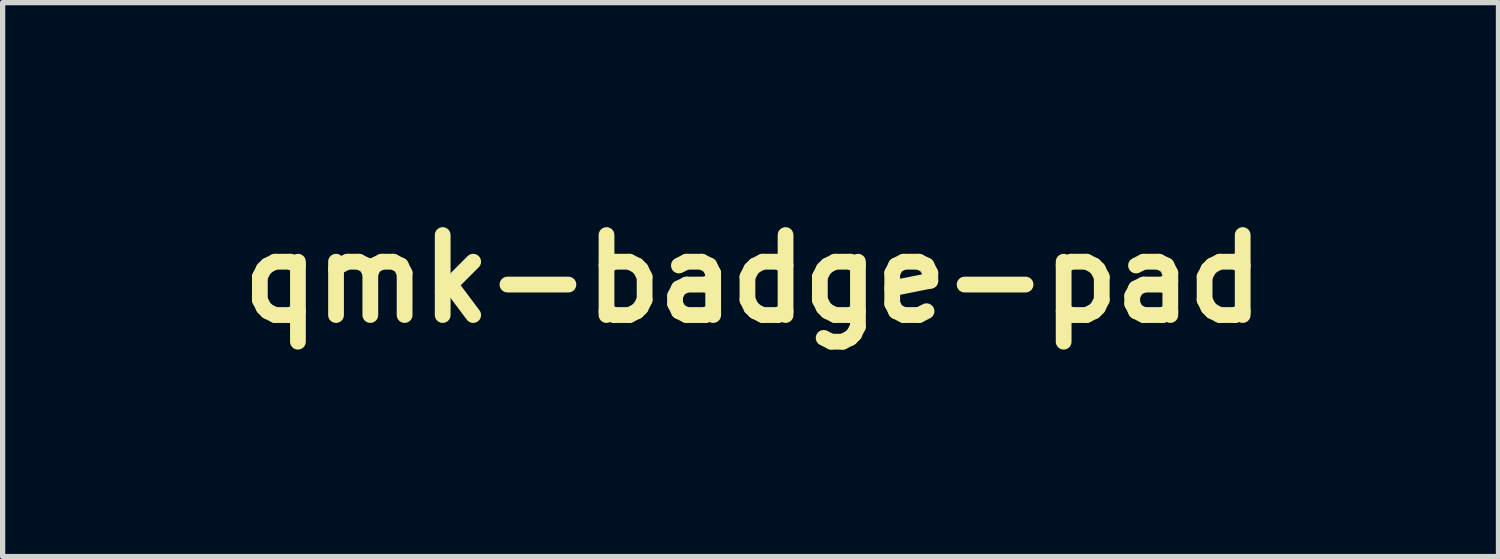
<source format=kicad_pcb>
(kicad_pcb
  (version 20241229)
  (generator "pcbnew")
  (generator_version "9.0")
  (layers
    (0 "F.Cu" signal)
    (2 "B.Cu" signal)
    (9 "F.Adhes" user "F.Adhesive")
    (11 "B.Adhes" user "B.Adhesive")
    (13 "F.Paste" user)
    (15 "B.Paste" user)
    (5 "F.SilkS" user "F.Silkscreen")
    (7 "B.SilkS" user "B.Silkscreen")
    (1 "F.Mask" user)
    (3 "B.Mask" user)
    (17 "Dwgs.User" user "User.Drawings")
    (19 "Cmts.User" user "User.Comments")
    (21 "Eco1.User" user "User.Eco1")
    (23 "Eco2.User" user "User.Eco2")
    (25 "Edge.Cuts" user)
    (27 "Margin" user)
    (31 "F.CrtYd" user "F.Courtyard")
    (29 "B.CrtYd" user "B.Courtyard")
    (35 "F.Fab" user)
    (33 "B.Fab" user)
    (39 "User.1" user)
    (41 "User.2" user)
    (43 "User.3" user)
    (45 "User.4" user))
  (footprint "qmk-badge-pad"
    (layer "F.Cu")
    (at 11.298 2.262)
    (property "Reference" "qmk-badge-pad" (at 0 0 0) (layer "F.SilkS") (effects (font (size 1.524 1.524) (thickness 0.3))))
    (attr smd)
    (fp_poly (pts (xy 2.187 0.042) (xy 2.234 0.056) (xy 2.243 0.063) (xy 2.261 0.103) (xy 2.266 0.162) (xy 2.257 0.221) (xy 2.236 0.262) (xy 2.19 0.285) (xy 2.127 0.292) (xy 2.065 0.284) (xy 2.024 0.262) (xy 2.002 0.222) (xy 1.993 0.167) (xy 1.993 0.166) (xy 2.002 0.111) (xy 2.023 0.07) (xy 2.024 0.07) (xy 2.064 0.05) (xy 2.124 0.04) (xy 2.187 0.042)) (stroke (width 0.01) (type solid)) (fill yes) (layer "F.Mask"))
    (fp_poly (pts (xy 2.135 0.551) (xy 2.237 0.557) (xy 2.242 1.191) (xy 2.243 1.373) (xy 2.244 1.521) (xy 2.243 1.635) (xy 2.24 1.721) (xy 2.237 1.781) (xy 2.232 1.819) (xy 2.225 1.837) (xy 2.223 1.84) (xy 2.187 1.851) (xy 2.134 1.855) (xy 2.082 1.854) (xy 2.048 1.845) (xy 2.045 1.843) (xy 2.042 1.821) (xy 2.039 1.765) (xy 2.037 1.679) (xy 2.035 1.568) (xy 2.033 1.436) (xy 2.032 1.289) (xy 2.032 1.188) (xy 2.032 0.545) (xy 2.135 0.551)) (stroke (width 0.01) (type solid)) (fill yes) (layer "F.Mask"))
    (fp_poly (pts (xy -0.361 -1.644) (xy -0.319 -1.625) (xy -0.3 -1.59) (xy -0.297 -1.564) (xy -0.298 -1.505) (xy -0.32 -1.478) (xy -0.366 -1.478) (xy -0.383 -1.483) (xy -0.463 -1.487) (xy -0.539 -1.452) (xy -0.61 -1.379) (xy -0.623 -1.361) (xy -0.684 -1.273) (xy -0.684 -0.645) (xy -0.841 -0.645) (xy -0.836 -1.138) (xy -0.83 -1.631) (xy -0.762 -1.631) (xy -0.717 -1.628) (xy -0.695 -1.611) (xy -0.685 -1.568) (xy -0.684 -1.558) (xy -0.674 -1.484) (xy -0.62 -1.552) (xy -0.549 -1.614) (xy -0.463 -1.647) (xy -0.374 -1.647) (xy -0.361 -1.644)) (stroke (width 0.01) (type solid)) (fill yes) (layer "F.Mask"))
    (fp_poly (pts (xy 3.292 0.532) (xy 3.343 0.549) (xy 3.37 0.585) (xy 3.38 0.644) (xy 3.38 0.667) (xy 3.38 0.766) (xy 3.307 0.751) (xy 3.212 0.738) (xy 3.137 0.746) (xy 3.071 0.781) (xy 3.006 0.845) (xy 2.97 0.889) (xy 2.892 0.99) (xy 2.892 1.411) (xy 2.892 1.554) (xy 2.891 1.663) (xy 2.888 1.742) (xy 2.881 1.795) (xy 2.869 1.829) (xy 2.852 1.847) (xy 2.826 1.855) (xy 2.792 1.856) (xy 2.766 1.856) (xy 2.719 1.852) (xy 2.69 1.844) (xy 2.69 1.843) (xy 2.687 1.821) (xy 2.684 1.765) (xy 2.681 1.679) (xy 2.679 1.568) (xy 2.678 1.436) (xy 2.677 1.289) (xy 2.677 1.188) (xy 2.677 0.545) (xy 2.77 0.551) (xy 2.862 0.557) (xy 2.872 0.655) (xy 2.882 0.752) (xy 2.92 0.696) (xy 2.998 0.61) (xy 3.091 0.552) (xy 3.192 0.528) (xy 3.209 0.528) (xy 3.292 0.532)) (stroke (width 0.01) (type solid)) (fill yes) (layer "F.Mask"))
    (fp_poly (pts (xy 9.862 0.54) (xy 9.888 0.551) (xy 9.901 0.576) (xy 9.906 0.623) (xy 9.906 0.657) (xy 9.904 0.721) (xy 9.891 0.754) (xy 9.86 0.76) (xy 9.801 0.746) (xy 9.792 0.743) (xy 9.708 0.739) (xy 9.623 0.773) (xy 9.537 0.846) (xy 9.469 0.928) (xy 9.456 0.95) (xy 9.445 0.974) (xy 9.437 1.008) (xy 9.431 1.056) (xy 9.426 1.123) (xy 9.423 1.216) (xy 9.419 1.339) (xy 9.418 1.417) (xy 9.408 1.846) (xy 9.319 1.852) (xy 9.263 1.853) (xy 9.224 1.848) (xy 9.217 1.844) (xy 9.213 1.822) (xy 9.21 1.765) (xy 9.207 1.679) (xy 9.205 1.568) (xy 9.204 1.436) (xy 9.203 1.289) (xy 9.203 1.188) (xy 9.203 0.545) (xy 9.295 0.551) (xy 9.388 0.557) (xy 9.398 0.654) (xy 9.408 0.75) (xy 9.46 0.688) (xy 9.557 0.596) (xy 9.662 0.542) (xy 9.774 0.527) (xy 9.862 0.54)) (stroke (width 0.01) (type solid)) (fill yes) (layer "F.Mask"))
    (fp_poly (pts (xy 1.243 0.083) (xy 1.671 0.088) (xy 1.671 0.264) (xy 1.333 0.269) (xy 0.996 0.274) (xy 0.996 0.878) (xy 1.314 0.884) (xy 1.631 0.889) (xy 1.631 1.065) (xy 1.314 1.07) (xy 0.996 1.076) (xy 0.996 1.442) (xy 0.996 1.588) (xy 0.993 1.698) (xy 0.987 1.773) (xy 0.98 1.818) (xy 0.973 1.833) (xy 0.941 1.847) (xy 0.888 1.855) (xy 0.831 1.856) (xy 0.787 1.85) (xy 0.775 1.843) (xy 0.772 1.821) (xy 0.77 1.765) (xy 0.767 1.677) (xy 0.766 1.562) (xy 0.764 1.425) (xy 0.763 1.268) (xy 0.762 1.097) (xy 0.762 0.976) (xy 0.762 0.765) (xy 0.763 0.59) (xy 0.764 0.447) (xy 0.766 0.334) (xy 0.768 0.248) (xy 0.772 0.184) (xy 0.776 0.141) (xy 0.781 0.114) (xy 0.788 0.101) (xy 0.789 0.1) (xy 0.815 0.092) (xy 0.871 0.086) (xy 0.96 0.083) (xy 1.084 0.082) (xy 1.243 0.083)) (stroke (width 0.01) (type solid)) (fill yes) (layer "F.Mask"))
    (fp_poly (pts (xy -5.346 -1.991) (xy -5.28 -1.989) (xy -5.167 -1.983) (xy -5.083 -1.972) (xy -5.017 -1.955) (xy -4.979 -1.94) (xy -4.887 -1.879) (xy -4.822 -1.798) (xy -4.783 -1.701) (xy -4.771 -1.596) (xy -4.784 -1.49) (xy -4.823 -1.389) (xy -4.887 -1.3) (xy -4.975 -1.228) (xy -5.028 -1.202) (xy -5.084 -1.185) (xy -5.164 -1.17) (xy -5.251 -1.16) (xy -5.268 -1.159) (xy -5.432 -1.147) (xy -5.432 -0.645) (xy -5.588 -0.645) (xy -5.588 -1.305) (xy -5.433 -1.305) (xy -5.265 -1.312) (xy -5.183 -1.316) (xy -5.129 -1.322) (xy -5.093 -1.335) (xy -5.063 -1.357) (xy -5.03 -1.392) (xy -4.992 -1.437) (xy -4.972 -1.477) (xy -4.964 -1.529) (xy -4.963 -1.584) (xy -4.965 -1.654) (xy -4.974 -1.699) (xy -4.997 -1.736) (xy -5.027 -1.768) (xy -5.07 -1.805) (xy -5.114 -1.828) (xy -5.175 -1.841) (xy -5.22 -1.846) (xy -5.298 -1.855) (xy -5.352 -1.857) (xy -5.388 -1.848) (xy -5.41 -1.822) (xy -5.42 -1.774) (xy -5.425 -1.698) (xy -5.427 -1.588) (xy -5.427 -1.575) (xy -5.433 -1.305) (xy -5.588 -1.305) (xy -5.588 -1.973) (xy -5.539 -1.985) (xy -5.499 -1.989) (xy -5.432 -1.991) (xy -5.346 -1.991)) (stroke (width 0.01) (type solid)) (fill yes) (layer "F.Mask"))
    (fp_poly (pts (xy -4.004 -1.632) (xy -3.888 -1.59) (xy -3.799 -1.518) (xy -3.735 -1.417) (xy -3.698 -1.288) (xy -3.686 -1.129) (xy -3.686 -1.129) (xy -3.703 -0.98) (xy -3.748 -0.854) (xy -3.821 -0.753) (xy -3.92 -0.679) (xy -4.007 -0.644) (xy -4.104 -0.629) (xy -4.215 -0.629) (xy -4.317 -0.645) (xy -4.344 -0.654) (xy -4.448 -0.71) (xy -4.527 -0.796) (xy -4.579 -0.91) (xy -4.606 -1.053) (xy -4.607 -1.068) (xy -4.606 -1.129) (xy -4.435 -1.129) (xy -4.426 -1.008) (xy -4.398 -0.915) (xy -4.348 -0.845) (xy -4.3 -0.806) (xy -4.211 -0.769) (xy -4.115 -0.765) (xy -4.023 -0.795) (xy -4.004 -0.806) (xy -3.936 -0.864) (xy -3.892 -0.932) (xy -3.869 -1.021) (xy -3.862 -1.137) (xy -3.862 -1.142) (xy -3.872 -1.275) (xy -3.902 -1.376) (xy -3.953 -1.446) (xy -4.027 -1.488) (xy -4.126 -1.504) (xy -4.143 -1.504) (xy -4.249 -1.49) (xy -4.331 -1.447) (xy -4.389 -1.373) (xy -4.423 -1.269) (xy -4.435 -1.133) (xy -4.435 -1.129) (xy -4.606 -1.129) (xy -4.604 -1.231) (xy -4.573 -1.369) (xy -4.515 -1.48) (xy -4.43 -1.564) (xy -4.321 -1.619) (xy -4.187 -1.644) (xy -4.146 -1.646) (xy -4.004 -1.632)) (stroke (width 0.01) (type solid)) (fill yes) (layer "F.Mask"))
    (fp_poly (pts (xy 2.643 -2.087) (xy 2.726 -2.081) (xy 2.731 -1.792) (xy 2.736 -1.503) (xy 2.809 -1.561) (xy 2.916 -1.624) (xy 3.028 -1.649) (xy 3.121 -1.64) (xy 3.209 -1.613) (xy 3.273 -1.571) (xy 3.325 -1.505) (xy 3.355 -1.449) (xy 3.382 -1.39) (xy 3.398 -1.338) (xy 3.406 -1.278) (xy 3.409 -1.197) (xy 3.409 -1.153) (xy 3.406 -1.056) (xy 3.398 -0.968) (xy 3.386 -0.904) (xy 3.383 -0.892) (xy 3.34 -0.808) (xy 3.277 -0.729) (xy 3.205 -0.67) (xy 3.171 -0.652) (xy 3.092 -0.632) (xy 3 -0.628) (xy 2.915 -0.64) (xy 2.892 -0.647) (xy 2.844 -0.672) (xy 2.789 -0.708) (xy 2.781 -0.714) (xy 2.733 -0.749) (xy 2.708 -0.758) (xy 2.698 -0.74) (xy 2.696 -0.703) (xy 2.692 -0.664) (xy 2.673 -0.648) (xy 2.628 -0.645) (xy 2.56 -0.645) (xy 2.56 -1.34) (xy 2.735 -1.34) (xy 2.735 -0.922) (xy 2.799 -0.868) (xy 2.896 -0.802) (xy 2.986 -0.772) (xy 3.067 -0.778) (xy 3.133 -0.816) (xy 3.187 -0.886) (xy 3.223 -0.98) (xy 3.241 -1.086) (xy 3.241 -1.197) (xy 3.224 -1.303) (xy 3.19 -1.394) (xy 3.138 -1.462) (xy 3.124 -1.473) (xy 3.059 -1.498) (xy 2.981 -1.503) (xy 2.909 -1.484) (xy 2.905 -1.483) (xy 2.864 -1.455) (xy 2.814 -1.414) (xy 2.799 -1.401) (xy 2.735 -1.34) (xy 2.56 -1.34) (xy 2.56 -2.093) (xy 2.643 -2.087)) (stroke (width 0.01) (type solid)) (fill yes) (layer "F.Mask"))
    (fp_poly (pts (xy 4.409 -1.63) (xy 4.428 -1.611) (xy 4.424 -1.588) (xy 4.408 -1.534) (xy 4.383 -1.452) (xy 4.349 -1.35) (xy 4.31 -1.232) (xy 4.265 -1.102) (xy 4.219 -0.967) (xy 4.171 -0.831) (xy 4.125 -0.7) (xy 4.081 -0.579) (xy 4.042 -0.472) (xy 4.009 -0.385) (xy 3.985 -0.324) (xy 3.97 -0.292) (xy 3.969 -0.29) (xy 3.934 -0.274) (xy 3.882 -0.264) (xy 3.832 -0.265) (xy 3.812 -0.272) (xy 3.801 -0.286) (xy 3.802 -0.314) (xy 3.816 -0.361) (xy 3.844 -0.436) (xy 3.854 -0.461) (xy 3.89 -0.559) (xy 3.907 -0.625) (xy 3.906 -0.661) (xy 3.905 -0.663) (xy 3.888 -0.7) (xy 3.861 -0.765) (xy 3.828 -0.851) (xy 3.789 -0.954) (xy 3.748 -1.066) (xy 3.706 -1.182) (xy 3.666 -1.296) (xy 3.63 -1.401) (xy 3.6 -1.491) (xy 3.578 -1.561) (xy 3.566 -1.605) (xy 3.565 -1.616) (xy 3.591 -1.635) (xy 3.649 -1.638) (xy 3.722 -1.631) (xy 3.859 -1.246) (xy 3.9 -1.131) (xy 3.938 -1.03) (xy 3.969 -0.948) (xy 3.993 -0.89) (xy 4.006 -0.862) (xy 4.008 -0.86) (xy 4.017 -0.878) (xy 4.037 -0.927) (xy 4.065 -1.002) (xy 4.099 -1.097) (xy 4.136 -1.207) (xy 4.142 -1.226) (xy 4.181 -1.34) (xy 4.217 -1.442) (xy 4.247 -1.526) (xy 4.27 -1.586) (xy 4.283 -1.616) (xy 4.284 -1.617) (xy 4.318 -1.636) (xy 4.366 -1.64) (xy 4.409 -1.63)) (stroke (width 0.01) (type solid)) (fill yes) (layer "F.Mask"))
    (fp_poly (pts (xy 1.739 -0.645) (xy 1.672 -0.645) (xy 1.627 -0.648) (xy 1.607 -0.666) (xy 1.599 -0.709) (xy 1.598 -0.716) (xy 1.592 -0.788) (xy 1.534 -0.738) (xy 1.422 -0.664) (xy 1.31 -0.628) (xy 1.198 -0.632) (xy 1.092 -0.671) (xy 1.032 -0.71) (xy 0.986 -0.764) (xy 0.949 -0.827) (xy 0.92 -0.888) (xy 0.903 -0.943) (xy 0.895 -1.005) (xy 0.892 -1.089) (xy 0.892 -1.109) (xy 0.894 -1.139) (xy 1.062 -1.139) (xy 1.067 -1.05) (xy 1.092 -0.938) (xy 1.138 -0.851) (xy 1.2 -0.793) (xy 1.275 -0.767) (xy 1.36 -0.775) (xy 1.375 -0.781) (xy 1.418 -0.805) (xy 1.473 -0.845) (xy 1.503 -0.871) (xy 1.583 -0.942) (xy 1.583 -1.124) (xy 1.581 -1.208) (xy 1.578 -1.279) (xy 1.573 -1.326) (xy 1.57 -1.338) (xy 1.549 -1.367) (xy 1.506 -1.408) (xy 1.47 -1.437) (xy 1.38 -1.488) (xy 1.296 -1.503) (xy 1.22 -1.484) (xy 1.155 -1.436) (xy 1.105 -1.36) (xy 1.073 -1.26) (xy 1.062 -1.139) (xy 0.894 -1.139) (xy 0.903 -1.272) (xy 0.937 -1.406) (xy 0.997 -1.512) (xy 1.081 -1.592) (xy 1.13 -1.621) (xy 1.208 -1.644) (xy 1.3 -1.645) (xy 1.393 -1.628) (xy 1.474 -1.595) (xy 1.523 -1.555) (xy 1.551 -1.529) (xy 1.565 -1.524) (xy 1.572 -1.542) (xy 1.577 -1.593) (xy 1.58 -1.669) (xy 1.582 -1.763) (xy 1.583 -1.807) (xy 1.583 -2.091) (xy 1.739 -2.091) (xy 1.739 -0.645)) (stroke (width 0.01) (type solid)) (fill yes) (layer "F.Mask"))
    (fp_poly (pts (xy 0.36 -1.64) (xy 0.471 -1.603) (xy 0.558 -1.54) (xy 0.62 -1.448) (xy 0.661 -1.324) (xy 0.666 -1.298) (xy 0.678 -1.235) (xy 0.682 -1.188) (xy 0.675 -1.155) (xy 0.651 -1.134) (xy 0.606 -1.121) (xy 0.535 -1.114) (xy 0.433 -1.111) (xy 0.326 -1.109) (xy -0.01 -1.104) (xy -0.003 -1.026) (xy 0.022 -0.923) (xy 0.075 -0.845) (xy 0.155 -0.791) (xy 0.256 -0.764) (xy 0.375 -0.765) (xy 0.506 -0.795) (xy 0.583 -0.813) (xy 0.628 -0.808) (xy 0.643 -0.78) (xy 0.629 -0.734) (xy 0.592 -0.694) (xy 0.525 -0.663) (xy 0.437 -0.64) (xy 0.337 -0.628) (xy 0.235 -0.628) (xy 0.138 -0.641) (xy 0.088 -0.655) (xy 0.007 -0.699) (xy -0.068 -0.768) (xy -0.128 -0.849) (xy -0.155 -0.911) (xy -0.165 -0.968) (xy -0.172 -1.048) (xy -0.176 -1.134) (xy -0.176 -1.144) (xy -0.174 -1.231) (xy -0.015 -1.231) (xy 0.246 -1.231) (xy 0.359 -1.232) (xy 0.437 -1.235) (xy 0.484 -1.241) (xy 0.506 -1.25) (xy 0.508 -1.255) (xy 0.496 -1.325) (xy 0.467 -1.399) (xy 0.428 -1.457) (xy 0.422 -1.464) (xy 0.357 -1.502) (xy 0.274 -1.52) (xy 0.191 -1.515) (xy 0.156 -1.504) (xy 0.087 -1.457) (xy 0.032 -1.382) (xy -0.000337 -1.298) (xy -0.015 -1.231) (xy -0.174 -1.231) (xy -0.174 -1.233) (xy -0.165 -1.298) (xy -0.146 -1.356) (xy -0.122 -1.407) (xy -0.046 -1.518) (xy 0.05 -1.596) (xy 0.164 -1.64) (xy 0.293 -1.648) (xy 0.36 -1.64)) (stroke (width 0.01) (type solid)) (fill yes) (layer "F.Mask"))
    (fp_poly (pts (xy 10.769 0.538) (xy 10.901 0.576) (xy 11.01 0.645) (xy 11.094 0.744) (xy 11.152 0.872) (xy 11.185 1.029) (xy 11.185 1.036) (xy 11.191 1.098) (xy 11.193 1.147) (xy 11.185 1.183) (xy 11.163 1.208) (xy 11.123 1.225) (xy 11.061 1.236) (xy 10.973 1.242) (xy 10.853 1.245) (xy 10.716 1.247) (xy 10.292 1.253) (xy 10.303 1.359) (xy 10.33 1.48) (xy 10.383 1.573) (xy 10.464 1.638) (xy 10.573 1.675) (xy 10.707 1.686) (xy 10.83 1.676) (xy 10.949 1.653) (xy 10.979 1.644) (xy 11.045 1.625) (xy 11.096 1.614) (xy 11.121 1.614) (xy 11.134 1.641) (xy 11.136 1.688) (xy 11.13 1.737) (xy 11.115 1.771) (xy 11.113 1.774) (xy 11.055 1.804) (xy 10.968 1.83) (xy 10.863 1.849) (xy 10.749 1.862) (xy 10.637 1.866) (xy 10.537 1.86) (xy 10.481 1.849) (xy 10.347 1.8) (xy 10.241 1.726) (xy 10.161 1.626) (xy 10.106 1.498) (xy 10.074 1.34) (xy 10.067 1.257) (xy 10.07 1.079) (xy 10.071 1.075) (xy 10.292 1.075) (xy 10.961 1.075) (xy 10.961 1.001) (xy 10.944 0.915) (xy 10.901 0.829) (xy 10.841 0.759) (xy 10.811 0.738) (xy 10.731 0.709) (xy 10.634 0.702) (xy 10.538 0.714) (xy 10.483 0.734) (xy 10.407 0.789) (xy 10.346 0.87) (xy 10.308 0.965) (xy 10.302 0.995) (xy 10.292 1.075) (xy 10.071 1.075) (xy 10.102 0.925) (xy 10.162 0.794) (xy 10.221 0.716) (xy 10.308 0.631) (xy 10.4 0.576) (xy 10.507 0.544) (xy 10.615 0.532) (xy 10.769 0.538)) (stroke (width 0.01) (type solid)) (fill yes) (layer "F.Mask"))
    (fp_poly (pts (xy -1.392 -1.632) (xy -1.285 -1.585) (xy -1.204 -1.51) (xy -1.15 -1.408) (xy -1.126 -1.282) (xy -1.125 -1.253) (xy -1.123 -1.123) (xy -1.46 -1.118) (xy -1.582 -1.116) (xy -1.671 -1.114) (xy -1.731 -1.11) (xy -1.768 -1.105) (xy -1.788 -1.098) (xy -1.796 -1.087) (xy -1.797 -1.072) (xy -1.797 -1.069) (xy -1.781 -0.969) (xy -1.738 -0.877) (xy -1.7 -0.83) (xy -1.659 -0.797) (xy -1.615 -0.778) (xy -1.552 -0.768) (xy -1.515 -0.766) (xy -1.375 -0.77) (xy -1.297 -0.789) (xy -1.225 -0.812) (xy -1.182 -0.818) (xy -1.16 -0.807) (xy -1.153 -0.777) (xy -1.153 -0.761) (xy -1.159 -0.719) (xy -1.184 -0.692) (xy -1.226 -0.671) (xy -1.281 -0.655) (xy -1.359 -0.641) (xy -1.447 -0.632) (xy -1.465 -0.631) (xy -1.553 -0.628) (xy -1.615 -0.632) (xy -1.666 -0.643) (xy -1.719 -0.665) (xy -1.731 -0.671) (xy -1.833 -0.74) (xy -1.908 -0.837) (xy -1.955 -0.96) (xy -1.973 -1.11) (xy -1.973 -1.136) (xy -1.96 -1.268) (xy -1.797 -1.268) (xy -1.786 -1.248) (xy -1.753 -1.237) (xy -1.694 -1.232) (xy -1.604 -1.231) (xy -1.544 -1.231) (xy -1.29 -1.231) (xy -1.29 -1.294) (xy -1.307 -1.381) (xy -1.355 -1.451) (xy -1.427 -1.499) (xy -1.515 -1.521) (xy -1.587 -1.517) (xy -1.659 -1.486) (xy -1.725 -1.427) (xy -1.773 -1.352) (xy -1.777 -1.342) (xy -1.792 -1.298) (xy -1.797 -1.268) (xy -1.96 -1.268) (xy -1.958 -1.286) (xy -1.915 -1.413) (xy -1.845 -1.516) (xy -1.751 -1.591) (xy -1.636 -1.635) (xy -1.522 -1.648) (xy -1.392 -1.632)) (stroke (width 0.01) (type solid)) (fill yes) (layer "F.Mask"))
    (fp_poly (pts (xy -1.109 0.489) (xy -1.104 0.901) (xy -0.777 0.489) (xy -0.45 0.078) (xy -0.343 0.078) (xy -0.282 0.081) (xy -0.239 0.089) (xy -0.226 0.095) (xy -0.225 0.11) (xy -0.235 0.135) (xy -0.258 0.173) (xy -0.298 0.227) (xy -0.356 0.301) (xy -0.434 0.397) (xy -0.535 0.518) (xy -0.573 0.563) (xy -0.652 0.658) (xy -0.722 0.744) (xy -0.779 0.815) (xy -0.819 0.868) (xy -0.839 0.897) (xy -0.84 0.901) (xy -0.829 0.921) (xy -0.797 0.967) (xy -0.747 1.037) (xy -0.683 1.125) (xy -0.607 1.227) (xy -0.522 1.339) (xy -0.516 1.347) (xy -0.411 1.488) (xy -0.325 1.605) (xy -0.261 1.698) (xy -0.218 1.765) (xy -0.199 1.803) (xy -0.199 1.81) (xy -0.221 1.84) (xy -0.272 1.853) (xy -0.316 1.855) (xy -0.355 1.852) (xy -0.391 1.838) (xy -0.429 1.811) (xy -0.474 1.766) (xy -0.528 1.7) (xy -0.598 1.61) (xy -0.681 1.499) (xy -0.761 1.391) (xy -0.84 1.285) (xy -0.911 1.188) (xy -0.97 1.109) (xy -1.012 1.052) (xy -1.017 1.045) (xy -1.104 0.928) (xy -1.123 1.846) (xy -1.211 1.852) (xy -1.275 1.85) (xy -1.318 1.838) (xy -1.324 1.834) (xy -1.33 1.818) (xy -1.335 1.784) (xy -1.339 1.728) (xy -1.343 1.647) (xy -1.345 1.539) (xy -1.347 1.401) (xy -1.348 1.23) (xy -1.348 1.024) (xy -1.348 0.975) (xy -1.348 0.797) (xy -1.347 0.631) (xy -1.346 0.48) (xy -1.344 0.349) (xy -1.342 0.243) (xy -1.34 0.165) (xy -1.338 0.119) (xy -1.336 0.109) (xy -1.317 0.089) (xy -1.271 0.08) (xy -1.219 0.078) (xy -1.114 0.078) (xy -1.109 0.489)) (stroke (width 0.01) (type solid)) (fill yes) (layer "F.Mask"))
    (fp_poly (pts (xy 4.291 0.532) (xy 4.415 0.555) (xy 4.514 0.609) (xy 4.588 0.694) (xy 4.593 0.701) (xy 4.632 0.766) (xy 4.717 0.687) (xy 4.817 0.606) (xy 4.909 0.556) (xy 5.003 0.533) (xy 5.091 0.531) (xy 5.214 0.554) (xy 5.312 0.606) (xy 5.387 0.688) (xy 5.415 0.736) (xy 5.429 0.766) (xy 5.44 0.795) (xy 5.448 0.828) (xy 5.453 0.871) (xy 5.457 0.929) (xy 5.46 1.007) (xy 5.461 1.11) (xy 5.461 1.244) (xy 5.461 1.338) (xy 5.461 1.846) (xy 5.266 1.846) (xy 5.255 1.377) (xy 5.251 1.214) (xy 5.246 1.086) (xy 5.239 0.986) (xy 5.23 0.911) (xy 5.216 0.856) (xy 5.198 0.815) (xy 5.173 0.785) (xy 5.142 0.76) (xy 5.129 0.75) (xy 5.048 0.719) (xy 4.96 0.725) (xy 4.865 0.769) (xy 4.767 0.85) (xy 4.753 0.863) (xy 4.67 0.948) (xy 4.66 1.846) (xy 4.465 1.846) (xy 4.454 1.387) (xy 4.449 1.222) (xy 4.444 1.09) (xy 4.436 0.988) (xy 4.425 0.911) (xy 4.411 0.854) (xy 4.392 0.812) (xy 4.367 0.781) (xy 4.336 0.755) (xy 4.335 0.755) (xy 4.272 0.73) (xy 4.192 0.725) (xy 4.114 0.739) (xy 4.087 0.751) (xy 4.045 0.78) (xy 3.99 0.827) (xy 3.952 0.863) (xy 3.869 0.948) (xy 3.859 1.846) (xy 3.77 1.852) (xy 3.714 1.853) (xy 3.675 1.848) (xy 3.668 1.844) (xy 3.664 1.822) (xy 3.661 1.765) (xy 3.659 1.679) (xy 3.656 1.568) (xy 3.655 1.436) (xy 3.654 1.289) (xy 3.654 1.188) (xy 3.654 0.545) (xy 3.747 0.551) (xy 3.839 0.557) (xy 3.851 0.745) (xy 3.937 0.667) (xy 4.033 0.591) (xy 4.126 0.547) (xy 4.228 0.531) (xy 4.291 0.532)) (stroke (width 0.01) (type solid)) (fill yes) (layer "F.Mask"))
    (fp_poly (pts (xy 8.417 0.532) (xy 8.509 0.549) (xy 8.592 0.59) (xy 8.67 0.657) (xy 8.729 0.738) (xy 8.752 0.795) (xy 8.759 0.847) (xy 8.765 0.935) (xy 8.768 1.058) (xy 8.769 1.213) (xy 8.768 1.361) (xy 8.763 1.846) (xy 8.685 1.846) (xy 8.635 1.844) (xy 8.611 1.83) (xy 8.603 1.794) (xy 8.601 1.773) (xy 8.594 1.726) (xy 8.587 1.701) (xy 8.585 1.7) (xy 8.565 1.711) (xy 8.526 1.74) (xy 8.501 1.76) (xy 8.39 1.826) (xy 8.265 1.864) (xy 8.137 1.871) (xy 8.026 1.848) (xy 7.915 1.794) (xy 7.838 1.722) (xy 7.793 1.63) (xy 7.779 1.513) (xy 7.779 1.496) (xy 7.997 1.496) (xy 8.009 1.544) (xy 8.05 1.619) (xy 8.115 1.672) (xy 8.197 1.698) (xy 8.288 1.695) (xy 8.377 1.661) (xy 8.382 1.659) (xy 8.443 1.617) (xy 8.5 1.571) (xy 8.504 1.567) (xy 8.533 1.536) (xy 8.549 1.503) (xy 8.556 1.456) (xy 8.558 1.383) (xy 8.558 1.245) (xy 8.365 1.255) (xy 8.242 1.266) (xy 8.151 1.285) (xy 8.086 1.314) (xy 8.041 1.356) (xy 8.017 1.397) (xy 7.997 1.449) (xy 7.997 1.496) (xy 7.779 1.496) (xy 7.78 1.473) (xy 7.801 1.36) (xy 7.85 1.269) (xy 7.929 1.199) (xy 8.039 1.147) (xy 8.181 1.114) (xy 8.348 1.098) (xy 8.558 1.089) (xy 8.558 1.018) (xy 8.545 0.908) (xy 8.51 0.815) (xy 8.469 0.761) (xy 8.401 0.722) (xy 8.308 0.704) (xy 8.201 0.709) (xy 8.088 0.737) (xy 8.048 0.752) (xy 7.978 0.78) (xy 7.916 0.803) (xy 7.878 0.815) (xy 7.85 0.819) (xy 7.838 0.806) (xy 7.837 0.767) (xy 7.839 0.741) (xy 7.848 0.683) (xy 7.87 0.646) (xy 7.908 0.62) (xy 8.015 0.574) (xy 8.145 0.543) (xy 8.283 0.528) (xy 8.417 0.532)) (stroke (width 0.01) (type solid)) (fill yes) (layer "F.Mask"))
    (fp_poly (pts (xy -3.399 -1.631) (xy -3.366 -1.611) (xy -3.363 -1.607) (xy -3.352 -1.578) (xy -3.333 -1.518) (xy -3.306 -1.434) (xy -3.276 -1.331) (xy -3.243 -1.221) (xy -3.211 -1.11) (xy -3.181 -1.011) (xy -3.156 -0.932) (xy -3.138 -0.878) (xy -3.128 -0.855) (xy -3.128 -0.855) (xy -3.119 -0.868) (xy -3.103 -0.914) (xy -3.08 -0.986) (xy -3.052 -1.08) (xy -3.023 -1.189) (xy -3.021 -1.195) (xy -2.984 -1.337) (xy -2.955 -1.445) (xy -2.932 -1.524) (xy -2.914 -1.579) (xy -2.898 -1.614) (xy -2.882 -1.632) (xy -2.864 -1.64) (xy -2.843 -1.64) (xy -2.819 -1.638) (xy -2.746 -1.631) (xy -2.655 -1.319) (xy -2.622 -1.207) (xy -2.592 -1.102) (xy -2.566 -1.012) (xy -2.548 -0.946) (xy -2.541 -0.921) (xy -2.526 -0.872) (xy -2.513 -0.846) (xy -2.509 -0.845) (xy -2.501 -0.865) (xy -2.484 -0.918) (xy -2.46 -0.997) (xy -2.43 -1.096) (xy -2.397 -1.21) (xy -2.387 -1.243) (xy -2.274 -1.631) (xy -2.209 -1.638) (xy -2.16 -1.637) (xy -2.128 -1.627) (xy -2.127 -1.626) (xy -2.127 -1.603) (xy -2.139 -1.546) (xy -2.161 -1.46) (xy -2.192 -1.348) (xy -2.232 -1.215) (xy -2.256 -1.135) (xy -2.296 -1.006) (xy -2.332 -0.889) (xy -2.362 -0.791) (xy -2.385 -0.715) (xy -2.399 -0.667) (xy -2.403 -0.652) (xy -2.421 -0.648) (xy -2.467 -0.647) (xy -2.514 -0.649) (xy -2.625 -0.655) (xy -2.723 -1.001) (xy -2.754 -1.11) (xy -2.783 -1.203) (xy -2.806 -1.276) (xy -2.823 -1.322) (xy -2.832 -1.336) (xy -2.84 -1.315) (xy -2.857 -1.262) (xy -2.879 -1.183) (xy -2.907 -1.086) (xy -2.933 -0.99) (xy -3.023 -0.655) (xy -3.133 -0.649) (xy -3.193 -0.647) (xy -3.233 -0.648) (xy -3.243 -0.651) (xy -3.249 -0.671) (xy -3.264 -0.724) (xy -3.288 -0.803) (xy -3.319 -0.905) (xy -3.356 -1.024) (xy -3.389 -1.134) (xy -3.429 -1.263) (xy -3.463 -1.381) (xy -3.491 -1.481) (xy -3.512 -1.558) (xy -3.523 -1.608) (xy -3.525 -1.625) (xy -3.496 -1.64) (xy -3.448 -1.642) (xy -3.399 -1.631)) (stroke (width 0.01) (type solid)) (fill yes) (layer "F.Mask"))
    (fp_poly (pts (xy -4.762 0.069) (xy -4.623 0.103) (xy -4.501 0.162) (xy -4.453 0.195) (xy -4.354 0.284) (xy -4.278 0.386) (xy -4.218 0.514) (xy -4.214 0.525) (xy -4.197 0.574) (xy -4.186 0.624) (xy -4.178 0.684) (xy -4.174 0.762) (xy -4.172 0.866) (xy -4.172 0.938) (xy -4.172 1.058) (xy -4.175 1.149) (xy -4.18 1.217) (xy -4.189 1.272) (xy -4.202 1.323) (xy -4.217 1.366) (xy -4.25 1.447) (xy -4.29 1.526) (xy -4.319 1.574) (xy -4.375 1.656) (xy -4.264 1.734) (xy -4.187 1.784) (xy -4.106 1.833) (xy -4.052 1.863) (xy -3.978 1.91) (xy -3.939 1.963) (xy -3.933 2.028) (xy -3.939 2.061) (xy -3.951 2.094) (xy -3.973 2.107) (xy -4.014 2.101) (xy -4.067 2.083) (xy -4.176 2.034) (xy -4.301 1.961) (xy -4.43 1.87) (xy -4.441 1.861) (xy -4.554 1.774) (xy -4.656 1.82) (xy -4.753 1.849) (xy -4.875 1.865) (xy -5.007 1.866) (xy -5.138 1.854) (xy -5.256 1.828) (xy -5.285 1.817) (xy -5.411 1.751) (xy -5.523 1.654) (xy -5.612 1.536) (xy -5.665 1.425) (xy -5.69 1.328) (xy -5.709 1.204) (xy -5.72 1.066) (xy -5.723 0.957) (xy -5.479 0.957) (xy -5.475 1.117) (xy -5.461 1.246) (xy -5.434 1.35) (xy -5.394 1.437) (xy -5.359 1.489) (xy -5.269 1.576) (xy -5.157 1.635) (xy -5.03 1.666) (xy -4.894 1.666) (xy -4.758 1.635) (xy -4.696 1.61) (xy -4.597 1.546) (xy -4.517 1.455) (xy -4.452 1.332) (xy -4.448 1.321) (xy -4.431 1.273) (xy -4.419 1.221) (xy -4.412 1.157) (xy -4.409 1.072) (xy -4.408 0.957) (xy -4.408 0.957) (xy -4.412 0.8) (xy -4.427 0.673) (xy -4.453 0.571) (xy -4.494 0.486) (xy -4.551 0.41) (xy -4.58 0.38) (xy -4.669 0.312) (xy -4.771 0.271) (xy -4.895 0.255) (xy -4.933 0.254) (xy -5.061 0.264) (xy -5.164 0.295) (xy -5.256 0.353) (xy -5.297 0.39) (xy -5.367 0.469) (xy -5.417 0.552) (xy -5.451 0.649) (xy -5.471 0.767) (xy -5.479 0.914) (xy -5.479 0.957) (xy -5.723 0.957) (xy -5.724 0.927) (xy -5.719 0.798) (xy -5.706 0.701) (xy -5.655 0.52) (xy -5.577 0.369) (xy -5.473 0.247) (xy -5.345 0.155) (xy -5.193 0.093) (xy -5.016 0.062) (xy -4.927 0.059) (xy -4.762 0.069)) (stroke (width 0.01) (type solid)) (fill yes) (layer "F.Mask"))
    (fp_poly (pts (xy 6.006 0.708) (xy 6.027 0.781) (xy 6.057 0.881) (xy 6.091 0.999) (xy 6.128 1.125) (xy 6.157 1.226) (xy 6.19 1.337) (xy 6.22 1.434) (xy 6.244 1.511) (xy 6.262 1.563) (xy 6.271 1.583) (xy 6.271 1.583) (xy 6.279 1.565) (xy 6.295 1.514) (xy 6.319 1.434) (xy 6.348 1.332) (xy 6.381 1.211) (xy 6.418 1.077) (xy 6.42 1.07) (xy 6.557 0.557) (xy 6.77 0.557) (xy 6.92 1.075) (xy 6.959 1.21) (xy 6.995 1.333) (xy 7.026 1.439) (xy 7.05 1.522) (xy 7.066 1.578) (xy 7.073 1.602) (xy 7.073 1.602) (xy 7.079 1.587) (xy 7.094 1.54) (xy 7.117 1.466) (xy 7.145 1.37) (xy 7.178 1.257) (xy 7.191 1.211) (xy 7.229 1.083) (xy 7.265 0.958) (xy 7.298 0.845) (xy 7.325 0.751) (xy 7.345 0.686) (xy 7.347 0.679) (xy 7.387 0.547) (xy 7.483 0.547) (xy 7.54 0.55) (xy 7.58 0.559) (xy 7.59 0.565) (xy 7.587 0.587) (xy 7.573 0.641) (xy 7.551 0.721) (xy 7.522 0.823) (xy 7.488 0.94) (xy 7.45 1.068) (xy 7.41 1.202) (xy 7.369 1.335) (xy 7.329 1.463) (xy 7.292 1.58) (xy 7.259 1.68) (xy 7.233 1.76) (xy 7.213 1.812) (xy 7.204 1.832) (xy 7.174 1.846) (xy 7.118 1.855) (xy 7.084 1.856) (xy 7.019 1.852) (xy 6.968 1.84) (xy 6.951 1.832) (xy 6.935 1.805) (xy 6.911 1.745) (xy 6.881 1.656) (xy 6.845 1.543) (xy 6.805 1.409) (xy 6.799 1.387) (xy 6.763 1.264) (xy 6.731 1.153) (xy 6.703 1.06) (xy 6.681 0.99) (xy 6.668 0.949) (xy 6.665 0.942) (xy 6.656 0.952) (xy 6.638 0.997) (xy 6.614 1.07) (xy 6.585 1.169) (xy 6.551 1.288) (xy 6.528 1.372) (xy 6.493 1.499) (xy 6.46 1.614) (xy 6.43 1.711) (xy 6.406 1.785) (xy 6.389 1.83) (xy 6.383 1.841) (xy 6.347 1.851) (xy 6.288 1.855) (xy 6.223 1.854) (xy 6.167 1.848) (xy 6.139 1.84) (xy 6.129 1.818) (xy 6.108 1.765) (xy 6.08 1.685) (xy 6.046 1.583) (xy 6.007 1.466) (xy 5.966 1.338) (xy 5.924 1.205) (xy 5.883 1.072) (xy 5.844 0.944) (xy 5.809 0.828) (xy 5.78 0.728) (xy 5.759 0.65) (xy 5.747 0.599) (xy 5.744 0.584) (xy 5.75 0.562) (xy 5.772 0.551) (xy 5.821 0.547) (xy 5.851 0.547) (xy 5.957 0.547) (xy 6.006 0.708)) (stroke (width 0.01) (type solid)) (fill yes) (layer "F.Mask"))
    (fp_poly (pts (xy -1.903 0.085) (xy -1.854 0.104) (xy -1.848 0.109) (xy -1.84 0.12) (xy -1.834 0.14) (xy -1.829 0.171) (xy -1.825 0.218) (xy -1.822 0.283) (xy -1.82 0.371) (xy -1.819 0.484) (xy -1.818 0.626) (xy -1.817 0.801) (xy -1.817 0.986) (xy -1.817 1.193) (xy -1.817 1.365) (xy -1.818 1.504) (xy -1.819 1.614) (xy -1.823 1.699) (xy -1.828 1.761) (xy -1.835 1.805) (xy -1.846 1.833) (xy -1.859 1.849) (xy -1.877 1.855) (xy -1.898 1.857) (xy -1.925 1.856) (xy -1.934 1.856) (xy -1.963 1.857) (xy -1.987 1.856) (xy -2.006 1.851) (xy -2.021 1.837) (xy -2.032 1.812) (xy -2.04 1.771) (xy -2.046 1.712) (xy -2.049 1.631) (xy -2.051 1.523) (xy -2.052 1.387) (xy -2.052 1.218) (xy -2.052 1.048) (xy -2.053 0.264) (xy -2.368 1.045) (xy -2.435 1.21) (xy -2.498 1.364) (xy -2.555 1.503) (xy -2.606 1.623) (xy -2.648 1.721) (xy -2.679 1.792) (xy -2.699 1.833) (xy -2.704 1.841) (xy -2.737 1.851) (xy -2.789 1.856) (xy -2.794 1.856) (xy -2.846 1.852) (xy -2.882 1.842) (xy -2.884 1.841) (xy -2.895 1.82) (xy -2.919 1.767) (xy -2.954 1.685) (xy -2.997 1.577) (xy -3.049 1.449) (xy -3.106 1.303) (xy -3.168 1.143) (xy -3.206 1.045) (xy -3.507 0.264) (xy -3.527 1.846) (xy -3.615 1.852) (xy -3.678 1.85) (xy -3.721 1.838) (xy -3.727 1.834) (xy -3.733 1.808) (xy -3.739 1.748) (xy -3.744 1.66) (xy -3.747 1.547) (xy -3.75 1.415) (xy -3.752 1.269) (xy -3.753 1.114) (xy -3.753 0.955) (xy -3.752 0.797) (xy -3.751 0.645) (xy -3.748 0.503) (xy -3.745 0.378) (xy -3.74 0.273) (xy -3.735 0.195) (xy -3.729 0.147) (xy -3.726 0.137) (xy -3.708 0.11) (xy -3.681 0.094) (xy -3.635 0.086) (xy -3.577 0.082) (xy -3.474 0.083) (xy -3.4 0.1) (xy -3.348 0.136) (xy -3.31 0.195) (xy -3.306 0.202) (xy -3.29 0.24) (xy -3.262 0.309) (xy -3.223 0.404) (xy -3.177 0.521) (xy -3.123 0.654) (xy -3.066 0.799) (xy -3.028 0.894) (xy -2.971 1.039) (xy -2.918 1.17) (xy -2.87 1.284) (xy -2.83 1.377) (xy -2.8 1.445) (xy -2.781 1.483) (xy -2.774 1.49) (xy -2.764 1.469) (xy -2.741 1.416) (xy -2.707 1.335) (xy -2.663 1.231) (xy -2.611 1.106) (xy -2.553 0.966) (xy -2.491 0.815) (xy -2.491 0.814) (xy -2.411 0.621) (xy -2.344 0.463) (xy -2.289 0.336) (xy -2.245 0.24) (xy -2.211 0.173) (xy -2.186 0.131) (xy -2.172 0.116) (xy -2.122 0.093) (xy -2.051 0.079) (xy -1.973 0.077) (xy -1.903 0.085)) (stroke (width 0.01) (type solid)) (fill yes) (layer "F.Mask"))
    (fp_poly (pts (xy -9.944 -1.796) (xy -9.803 -1.802) (xy -9.662 -1.807) (xy -9.652 -2.032) (xy -9.642 -2.257) (xy -9.427 -2.257) (xy -9.416 -1.796) (xy -9.275 -1.802) (xy -9.134 -1.807) (xy -9.115 -2.257) (xy -8.9 -2.257) (xy -8.889 -1.796) (xy -8.748 -1.802) (xy -8.607 -1.807) (xy -8.587 -2.257) (xy -8.372 -2.257) (xy -8.367 -2.026) (xy -8.361 -1.796) (xy -8.22 -1.802) (xy -8.079 -1.807) (xy -8.069 -2.032) (xy -8.06 -2.257) (xy -7.845 -2.257) (xy -7.839 -2.027) (xy -7.834 -1.798) (xy -7.74 -1.798) (xy -7.601 -1.779) (xy -7.476 -1.728) (xy -7.369 -1.648) (xy -7.287 -1.544) (xy -7.232 -1.421) (xy -7.21 -1.283) (xy -7.21 -1.267) (xy -7.21 -1.174) (xy -6.98 -1.168) (xy -6.751 -1.163) (xy -6.745 -1.057) (xy -6.745 -0.981) (xy -6.759 -0.94) (xy -6.764 -0.935) (xy -6.793 -0.928) (xy -6.852 -0.923) (xy -6.932 -0.92) (xy -7 -0.919) (xy -7.21 -0.918) (xy -7.21 -0.646) (xy -6.98 -0.641) (xy -6.751 -0.635) (xy -6.745 -0.529) (xy -6.745 -0.453) (xy -6.759 -0.413) (xy -6.764 -0.408) (xy -6.793 -0.401) (xy -6.852 -0.395) (xy -6.932 -0.392) (xy -7 -0.391) (xy -7.21 -0.391) (xy -7.21 -0.118) (xy -6.98 -0.113) (xy -6.751 -0.107) (xy -6.745 0.002) (xy -6.743 0.055) (xy -6.749 0.091) (xy -6.767 0.115) (xy -6.804 0.128) (xy -6.865 0.134) (xy -6.957 0.136) (xy -7.019 0.137) (xy -7.21 0.137) (xy -7.21 0.409) (xy -6.751 0.42) (xy -6.745 0.53) (xy -6.743 0.582) (xy -6.749 0.619) (xy -6.767 0.642) (xy -6.804 0.656) (xy -6.865 0.662) (xy -6.957 0.664) (xy -7.019 0.664) (xy -7.21 0.664) (xy -7.21 0.937) (xy -6.98 0.942) (xy -6.751 0.948) (xy -6.745 1.057) (xy -6.743 1.11) (xy -6.749 1.146) (xy -6.767 1.17) (xy -6.804 1.183) (xy -6.865 1.19) (xy -6.957 1.191) (xy -7.019 1.192) (xy -7.21 1.192) (xy -7.21 1.294) (xy -7.228 1.428) (xy -7.281 1.549) (xy -7.363 1.652) (xy -7.47 1.734) (xy -7.599 1.789) (xy -7.72 1.812) (xy -7.835 1.823) (xy -7.835 2.032) (xy -7.836 2.137) (xy -7.843 2.209) (xy -7.858 2.254) (xy -7.884 2.277) (xy -7.925 2.284) (xy -7.975 2.282) (xy -8.06 2.276) (xy -8.069 2.052) (xy -8.079 1.827) (xy -8.221 1.821) (xy -8.362 1.815) (xy -8.362 2.029) (xy -8.364 2.135) (xy -8.37 2.207) (xy -8.384 2.252) (xy -8.41 2.276) (xy -8.45 2.284) (xy -8.503 2.282) (xy -8.587 2.276) (xy -8.593 2.047) (xy -8.598 1.817) (xy -8.89 1.817) (xy -8.89 2.03) (xy -8.891 2.135) (xy -8.898 2.208) (xy -8.912 2.253) (xy -8.938 2.276) (xy -8.979 2.284) (xy -9.03 2.282) (xy -9.115 2.276) (xy -9.12 2.047) (xy -9.126 1.817) (xy -9.418 1.817) (xy -9.418 2.03) (xy -9.419 2.135) (xy -9.425 2.208) (xy -9.44 2.253) (xy -9.466 2.276) (xy -9.506 2.284) (xy -9.558 2.282) (xy -9.642 2.276) (xy -9.653 1.817) (xy -9.945 1.817) (xy -9.945 2.028) (xy -9.947 2.141) (xy -9.954 2.219) (xy -9.966 2.259) (xy -9.969 2.263) (xy -10.001 2.276) (xy -10.054 2.284) (xy -10.111 2.286) (xy -10.154 2.279) (xy -10.167 2.273) (xy -10.172 2.249) (xy -10.176 2.195) (xy -10.179 2.118) (xy -10.18 2.041) (xy -10.18 1.823) (xy -10.306 1.811) (xy -10.456 1.78) (xy -10.584 1.718) (xy -10.685 1.628) (xy -10.76 1.51) (xy -10.807 1.366) (xy -10.817 1.303) (xy -10.83 1.192) (xy -11.024 1.192) (xy -11.132 1.19) (xy -11.207 1.183) (xy -11.254 1.169) (xy -11.281 1.143) (xy -11.292 1.105) (xy -11.293 1.068) (xy -11.288 1.011) (xy -11.275 0.969) (xy -11.27 0.961) (xy -11.236 0.949) (xy -11.165 0.941) (xy -11.059 0.938) (xy -11.035 0.938) (xy -10.824 0.938) (xy -10.824 0.664) (xy -11.021 0.664) (xy -11.13 0.663) (xy -11.205 0.656) (xy -11.253 0.642) (xy -11.28 0.617) (xy -11.291 0.579) (xy -11.293 0.541) (xy -11.288 0.483) (xy -11.275 0.441) (xy -11.27 0.434) (xy -11.236 0.421) (xy -11.165 0.414) (xy -11.059 0.41) (xy -11.035 0.41) (xy -10.824 0.41) (xy -10.824 0.137) (xy -11.021 0.137) (xy -11.13 0.135) (xy -11.205 0.128) (xy -11.253 0.114) (xy -11.28 0.089) (xy -11.291 0.051) (xy -11.293 0.013) (xy -11.288 -0.044) (xy -11.275 -0.086) (xy -11.27 -0.094) (xy -11.236 -0.106) (xy -11.165 -0.114) (xy -11.059 -0.117) (xy -11.035 -0.117) (xy -10.824 -0.117) (xy -10.824 -0.367) (xy -10.039 -0.367) (xy -10.039 -0.228) (xy -10.037 -0.119) (xy -10.033 -0.035) (xy -10.027 0.029) (xy -10.019 0.077) (xy -10.016 0.089) (xy -9.956 0.245) (xy -9.865 0.379) (xy -9.745 0.488) (xy -9.597 0.572) (xy -9.423 0.629) (xy -9.319 0.648) (xy -9.164 0.67) (xy -9.164 0.869) (xy -9.161 0.981) (xy -9.153 1.055) (xy -9.139 1.091) (xy -9.139 1.091) (xy -9.102 1.106) (xy -9.033 1.111) (xy -8.998 1.11) (xy -8.88 1.104) (xy -8.875 0.884) (xy -8.872 0.789) (xy -8.868 0.726) (xy -8.862 0.689) (xy -8.852 0.67) (xy -8.838 0.665) (xy -8.83 0.664) (xy -8.765 0.658) (xy -8.677 0.641) (xy -8.58 0.618) (xy -8.488 0.591) (xy -8.416 0.564) (xy -8.401 0.556) (xy -8.296 0.488) (xy -8.195 0.396) (xy -8.112 0.293) (xy -8.087 0.253) (xy -8.057 0.196) (xy -8.033 0.142) (xy -8.015 0.085) (xy -8.002 0.02) (xy -7.992 -0.059) (xy -7.986 -0.157) (xy -7.983 -0.28) (xy -7.982 -0.433) (xy -7.981 -0.546) (xy -7.981 -1.063) (xy -8.05 -1.077) (xy -8.12 -1.083) (xy -8.187 -1.077) (xy -8.255 -1.063) (xy -8.266 -0.546) (xy -8.271 -0.376) (xy -8.277 -0.229) (xy -8.284 -0.109) (xy -8.291 -0.02) (xy -8.299 0.035) (xy -8.301 0.043) (xy -8.358 0.158) (xy -8.446 0.257) (xy -8.557 0.334) (xy -8.686 0.386) (xy -8.768 0.403) (xy -8.87 0.415) (xy -8.875 -0.324) (xy -8.88 -1.063) (xy -8.949 -1.077) (xy -9.018 -1.083) (xy -9.085 -1.077) (xy -9.154 -1.063) (xy -9.159 -0.324) (xy -9.164 0.415) (xy -9.257 0.401) (xy -9.404 0.363) (xy -9.53 0.296) (xy -9.631 0.204) (xy -9.699 0.098) (xy -9.711 0.069) (xy -9.721 0.037) (xy -9.729 -0.002) (xy -9.734 -0.053) (xy -9.739 -0.122) (xy -9.743 -0.214) (xy -9.746 -0.333) (xy -9.749 -0.486) (xy -9.75 -0.527) (xy -9.759 -1.063) (xy -9.828 -1.077) (xy -9.898 -1.083) (xy -9.965 -1.077) (xy -10.033 -1.063) (xy -10.038 -0.54) (xy -10.039 -0.367) (xy -10.824 -0.367) (xy -10.824 -0.391) (xy -11.021 -0.391) (xy -11.13 -0.392) (xy -11.205 -0.399) (xy -11.253 -0.413) (xy -11.28 -0.438) (xy -11.291 -0.476) (xy -11.293 -0.515) (xy -11.288 -0.572) (xy -11.275 -0.614) (xy -11.27 -0.621) (xy -11.236 -0.634) (xy -11.165 -0.641) (xy -11.059 -0.645) (xy -11.035 -0.645) (xy -10.824 -0.645) (xy -10.824 -0.918) (xy -11.021 -0.918) (xy -11.13 -0.92) (xy -11.205 -0.927) (xy -11.253 -0.941) (xy -11.28 -0.966) (xy -11.291 -1.004) (xy -11.293 -1.042) (xy -11.288 -1.099) (xy -11.275 -1.141) (xy -11.27 -1.149) (xy -11.236 -1.161) (xy -11.166 -1.169) (xy -11.06 -1.172) (xy -11.038 -1.172) (xy -10.83 -1.172) (xy -10.818 -1.289) (xy -10.798 -1.408) (xy -10.761 -1.503) (xy -10.702 -1.591) (xy -10.676 -1.621) (xy -10.579 -1.707) (xy -10.47 -1.763) (xy -10.338 -1.792) (xy -10.318 -1.795) (xy -10.189 -1.807) (xy -10.17 -2.257) (xy -9.955 -2.257) (xy -9.944 -1.796)) (stroke (width 0.01) (type solid)) (fill yes) (layer "F.Mask")))
  (gr_rect
    (start -3 -3)
    (end 25.496 7.552)
    (stroke (width 0.1) (type default))
    (fill no)
    (layer "Edge.Cuts")))
</source>
